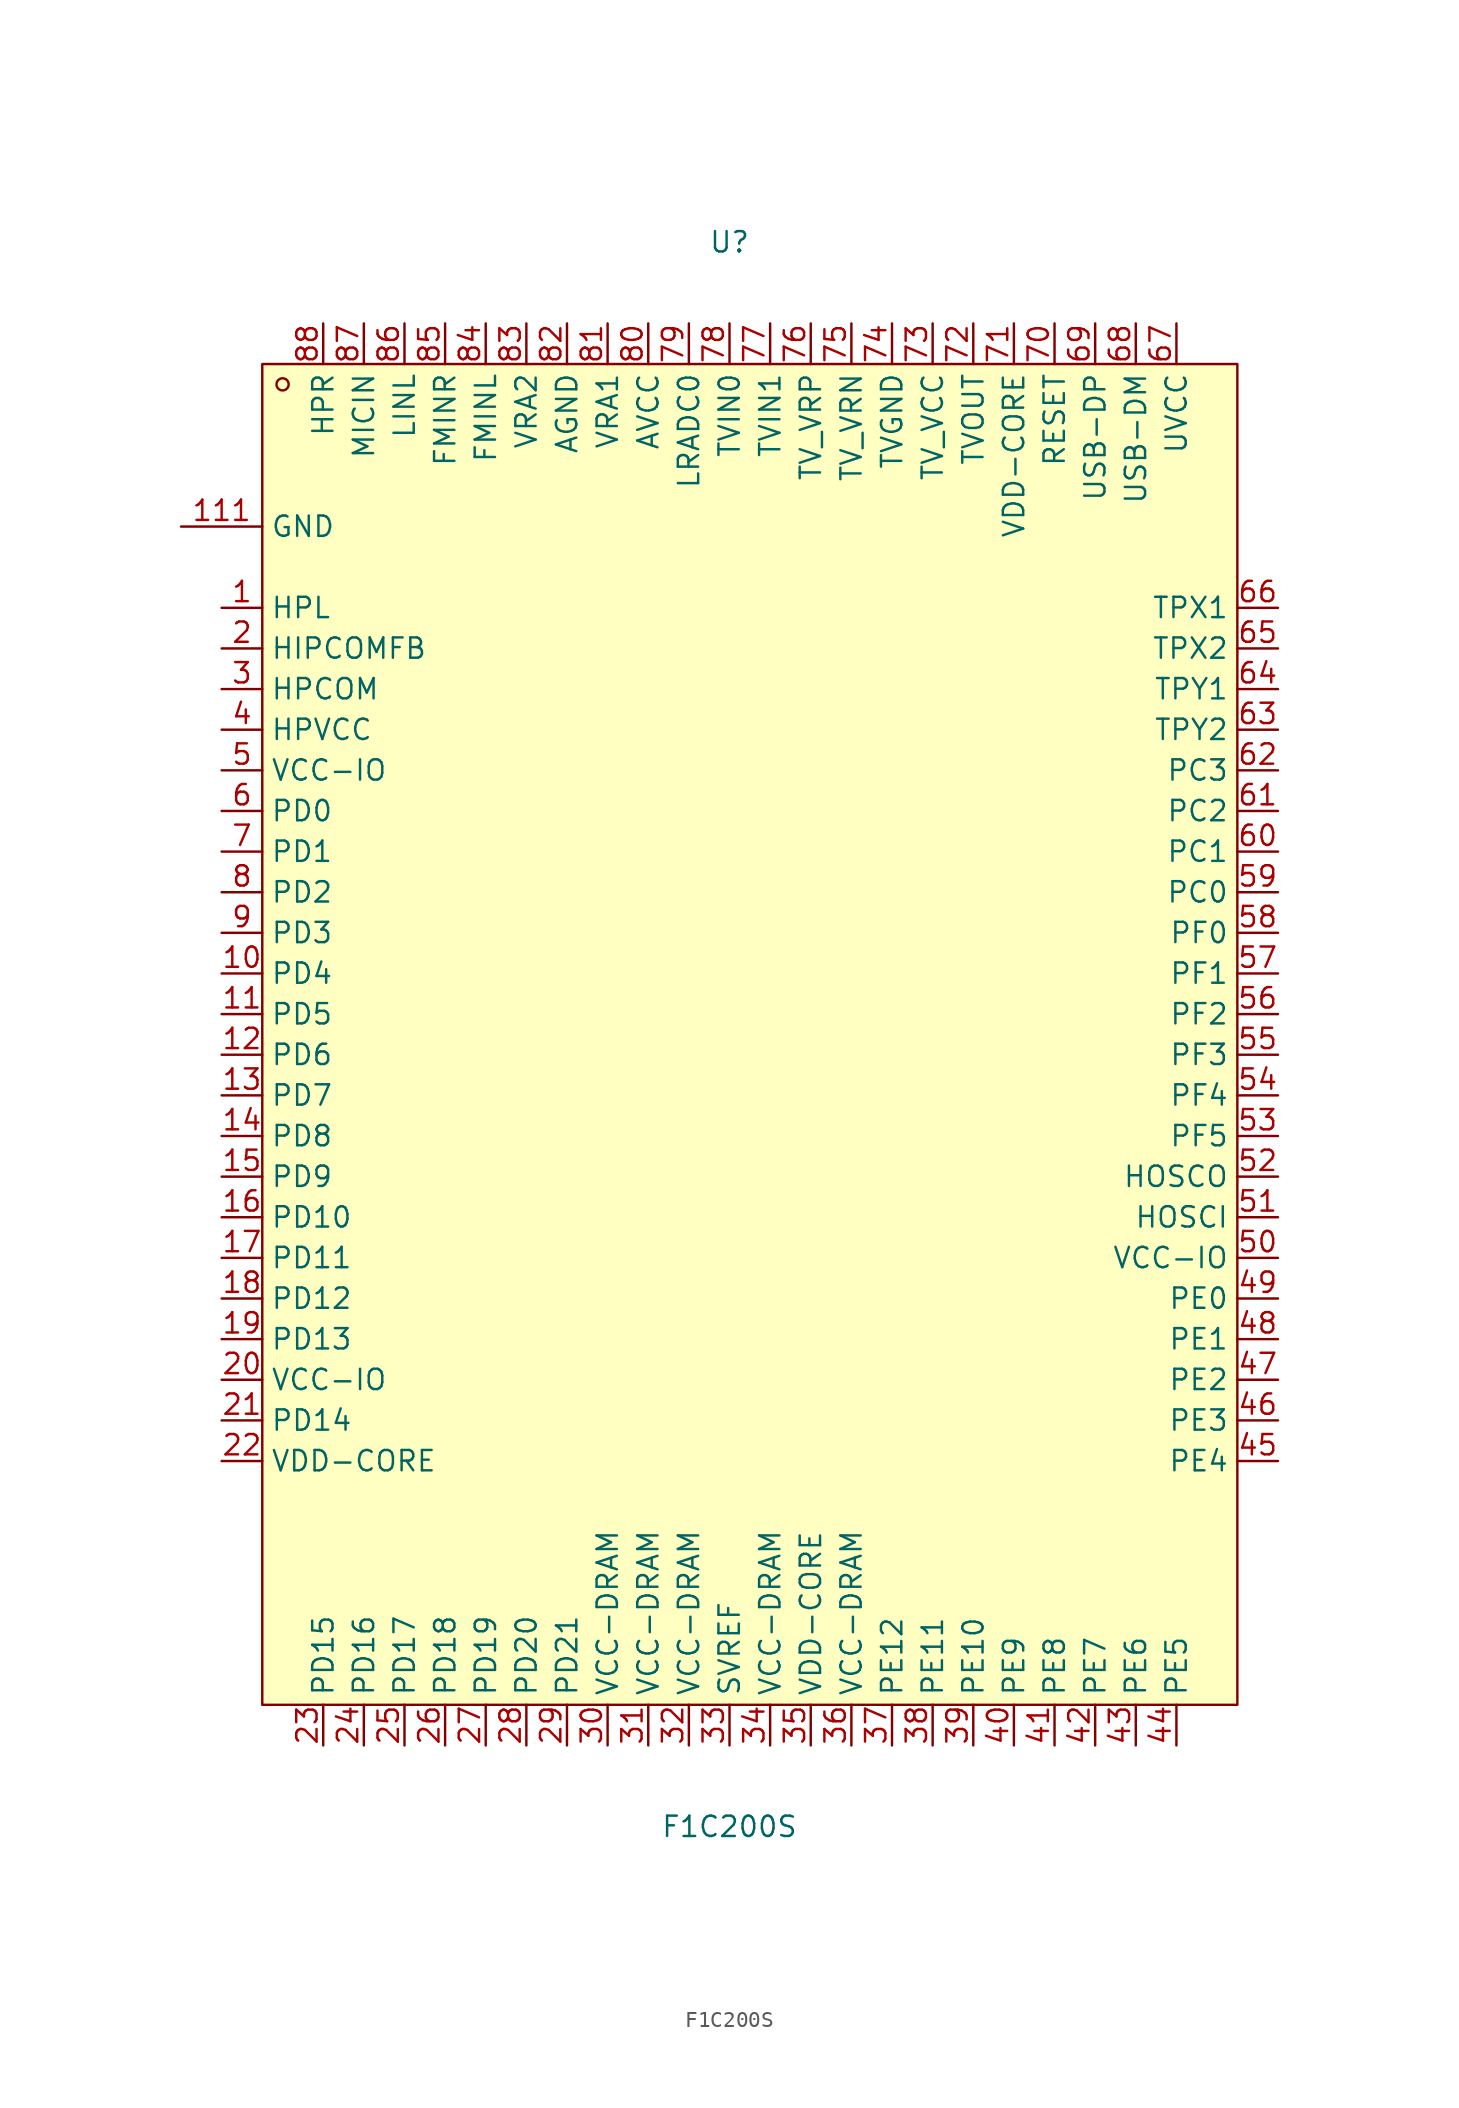
<source format=kicad_sym>
(kicad_symbol_lib
  (version 20211014)
  (generator https://github.com/uPesy/easyeda2kicad.py)
  (symbol "F1C200S"
    (property "Reference" "U"
      (at 0 49.53 0)
      (effects (font (size 1.27 1.27))))
    (property "Value" "F1C200S"
      (at 0 -49.53 0)
      (effects (font (size 1.27 1.27))))
    (symbol "F1C200S_0_1"
      (rectangle (start -29.21 41.91) (end 31.75 -41.91) (stroke (width 0) (type default) (color 0 0 0 0)) (fill (type background)))
      (circle (center -27.94 40.64) (radius 0.38) (stroke (width 0) (type default) (color 0 0 0 0)) (fill (type none)))
      (pin unspecified line (at -31.75 26.67 0) (length 2.54) (name "HPL" (effects (font (size 1.27 1.27)))) (number "1" (effects (font (size 1.27 1.27)))))
      (pin unspecified line (at -31.75 24.13 0) (length 2.54) (name "HIPCOMFB" (effects (font (size 1.27 1.27)))) (number "2" (effects (font (size 1.27 1.27)))))
      (pin unspecified line (at -31.75 21.59 0) (length 2.54) (name "HPCOM" (effects (font (size 1.27 1.27)))) (number "3" (effects (font (size 1.27 1.27)))))
      (pin unspecified line (at -31.75 19.05 0) (length 2.54) (name "HPVCC" (effects (font (size 1.27 1.27)))) (number "4" (effects (font (size 1.27 1.27)))))
      (pin unspecified line (at -31.75 16.51 0) (length 2.54) (name "VCC-IO" (effects (font (size 1.27 1.27)))) (number "5" (effects (font (size 1.27 1.27)))))
      (pin unspecified line (at -31.75 13.97 0) (length 2.54) (name "PD0" (effects (font (size 1.27 1.27)))) (number "6" (effects (font (size 1.27 1.27)))))
      (pin unspecified line (at -31.75 11.43 0) (length 2.54) (name "PD1" (effects (font (size 1.27 1.27)))) (number "7" (effects (font (size 1.27 1.27)))))
      (pin unspecified line (at -31.75 8.89 0) (length 2.54) (name "PD2" (effects (font (size 1.27 1.27)))) (number "8" (effects (font (size 1.27 1.27)))))
      (pin unspecified line (at -31.75 6.35 0) (length 2.54) (name "PD3" (effects (font (size 1.27 1.27)))) (number "9" (effects (font (size 1.27 1.27)))))
      (pin unspecified line (at -31.75 3.81 0) (length 2.54) (name "PD4" (effects (font (size 1.27 1.27)))) (number "10" (effects (font (size 1.27 1.27)))))
      (pin unspecified line (at -31.75 1.27 0) (length 2.54) (name "PD5" (effects (font (size 1.27 1.27)))) (number "11" (effects (font (size 1.27 1.27)))))
      (pin unspecified line (at -31.75 -1.27 0) (length 2.54) (name "PD6" (effects (font (size 1.27 1.27)))) (number "12" (effects (font (size 1.27 1.27)))))
      (pin unspecified line (at -31.75 -3.81 0) (length 2.54) (name "PD7" (effects (font (size 1.27 1.27)))) (number "13" (effects (font (size 1.27 1.27)))))
      (pin unspecified line (at -31.75 -6.35 0) (length 2.54) (name "PD8" (effects (font (size 1.27 1.27)))) (number "14" (effects (font (size 1.27 1.27)))))
      (pin unspecified line (at -31.75 -8.89 0) (length 2.54) (name "PD9" (effects (font (size 1.27 1.27)))) (number "15" (effects (font (size 1.27 1.27)))))
      (pin unspecified line (at -31.75 -11.43 0) (length 2.54) (name "PD10" (effects (font (size 1.27 1.27)))) (number "16" (effects (font (size 1.27 1.27)))))
      (pin unspecified line (at -31.75 -13.97 0) (length 2.54) (name "PD11" (effects (font (size 1.27 1.27)))) (number "17" (effects (font (size 1.27 1.27)))))
      (pin unspecified line (at -31.75 -16.51 0) (length 2.54) (name "PD12" (effects (font (size 1.27 1.27)))) (number "18" (effects (font (size 1.27 1.27)))))
      (pin unspecified line (at -31.75 -19.05 0) (length 2.54) (name "PD13" (effects (font (size 1.27 1.27)))) (number "19" (effects (font (size 1.27 1.27)))))
      (pin unspecified line (at -31.75 -21.59 0) (length 2.54) (name "VCC-IO" (effects (font (size 1.27 1.27)))) (number "20" (effects (font (size 1.27 1.27)))))
      (pin unspecified line (at -31.75 -24.13 0) (length 2.54) (name "PD14" (effects (font (size 1.27 1.27)))) (number "21" (effects (font (size 1.27 1.27)))))
      (pin unspecified line (at -31.75 -26.67 0) (length 2.54) (name "VDD-CORE" (effects (font (size 1.27 1.27)))) (number "22" (effects (font (size 1.27 1.27)))))
      (pin unspecified line (at -25.40 -44.45 90) (length 2.54) (name "PD15" (effects (font (size 1.27 1.27)))) (number "23" (effects (font (size 1.27 1.27)))))
      (pin unspecified line (at -22.86 -44.45 90) (length 2.54) (name "PD16" (effects (font (size 1.27 1.27)))) (number "24" (effects (font (size 1.27 1.27)))))
      (pin unspecified line (at -20.32 -44.45 90) (length 2.54) (name "PD17" (effects (font (size 1.27 1.27)))) (number "25" (effects (font (size 1.27 1.27)))))
      (pin unspecified line (at -17.78 -44.45 90) (length 2.54) (name "PD18" (effects (font (size 1.27 1.27)))) (number "26" (effects (font (size 1.27 1.27)))))
      (pin unspecified line (at -15.24 -44.45 90) (length 2.54) (name "PD19" (effects (font (size 1.27 1.27)))) (number "27" (effects (font (size 1.27 1.27)))))
      (pin unspecified line (at -12.70 -44.45 90) (length 2.54) (name "PD20" (effects (font (size 1.27 1.27)))) (number "28" (effects (font (size 1.27 1.27)))))
      (pin unspecified line (at -10.16 -44.45 90) (length 2.54) (name "PD21" (effects (font (size 1.27 1.27)))) (number "29" (effects (font (size 1.27 1.27)))))
      (pin unspecified line (at -7.62 -44.45 90) (length 2.54) (name "VCC-DRAM" (effects (font (size 1.27 1.27)))) (number "30" (effects (font (size 1.27 1.27)))))
      (pin unspecified line (at -5.08 -44.45 90) (length 2.54) (name "VCC-DRAM" (effects (font (size 1.27 1.27)))) (number "31" (effects (font (size 1.27 1.27)))))
      (pin unspecified line (at -2.54 -44.45 90) (length 2.54) (name "VCC-DRAM" (effects (font (size 1.27 1.27)))) (number "32" (effects (font (size 1.27 1.27)))))
      (pin unspecified line (at 0.00 -44.45 90) (length 2.54) (name "SVREF" (effects (font (size 1.27 1.27)))) (number "33" (effects (font (size 1.27 1.27)))))
      (pin unspecified line (at 2.54 -44.45 90) (length 2.54) (name "VCC-DRAM" (effects (font (size 1.27 1.27)))) (number "34" (effects (font (size 1.27 1.27)))))
      (pin unspecified line (at 5.08 -44.45 90) (length 2.54) (name "VDD-CORE" (effects (font (size 1.27 1.27)))) (number "35" (effects (font (size 1.27 1.27)))))
      (pin unspecified line (at 7.62 -44.45 90) (length 2.54) (name "VCC-DRAM" (effects (font (size 1.27 1.27)))) (number "36" (effects (font (size 1.27 1.27)))))
      (pin unspecified line (at 10.16 -44.45 90) (length 2.54) (name "PE12" (effects (font (size 1.27 1.27)))) (number "37" (effects (font (size 1.27 1.27)))))
      (pin unspecified line (at 12.70 -44.45 90) (length 2.54) (name "PE11" (effects (font (size 1.27 1.27)))) (number "38" (effects (font (size 1.27 1.27)))))
      (pin unspecified line (at 15.24 -44.45 90) (length 2.54) (name "PE10" (effects (font (size 1.27 1.27)))) (number "39" (effects (font (size 1.27 1.27)))))
      (pin unspecified line (at 17.78 -44.45 90) (length 2.54) (name "PE9" (effects (font (size 1.27 1.27)))) (number "40" (effects (font (size 1.27 1.27)))))
      (pin unspecified line (at 20.32 -44.45 90) (length 2.54) (name "PE8" (effects (font (size 1.27 1.27)))) (number "41" (effects (font (size 1.27 1.27)))))
      (pin unspecified line (at 22.86 -44.45 90) (length 2.54) (name "PE7" (effects (font (size 1.27 1.27)))) (number "42" (effects (font (size 1.27 1.27)))))
      (pin unspecified line (at 25.40 -44.45 90) (length 2.54) (name "PE6" (effects (font (size 1.27 1.27)))) (number "43" (effects (font (size 1.27 1.27)))))
      (pin unspecified line (at 27.94 -44.45 90) (length 2.54) (name "PE5" (effects (font (size 1.27 1.27)))) (number "44" (effects (font (size 1.27 1.27)))))
      (pin unspecified line (at 34.29 -26.67 180) (length 2.54) (name "PE4" (effects (font (size 1.27 1.27)))) (number "45" (effects (font (size 1.27 1.27)))))
      (pin unspecified line (at 34.29 -24.13 180) (length 2.54) (name "PE3" (effects (font (size 1.27 1.27)))) (number "46" (effects (font (size 1.27 1.27)))))
      (pin unspecified line (at 34.29 -21.59 180) (length 2.54) (name "PE2" (effects (font (size 1.27 1.27)))) (number "47" (effects (font (size 1.27 1.27)))))
      (pin unspecified line (at 34.29 -19.05 180) (length 2.54) (name "PE1" (effects (font (size 1.27 1.27)))) (number "48" (effects (font (size 1.27 1.27)))))
      (pin unspecified line (at 34.29 -16.51 180) (length 2.54) (name "PE0" (effects (font (size 1.27 1.27)))) (number "49" (effects (font (size 1.27 1.27)))))
      (pin unspecified line (at 34.29 -13.97 180) (length 2.54) (name "VCC-IO" (effects (font (size 1.27 1.27)))) (number "50" (effects (font (size 1.27 1.27)))))
      (pin unspecified line (at 34.29 -11.43 180) (length 2.54) (name "HOSCI" (effects (font (size 1.27 1.27)))) (number "51" (effects (font (size 1.27 1.27)))))
      (pin unspecified line (at 34.29 -8.89 180) (length 2.54) (name "HOSCO" (effects (font (size 1.27 1.27)))) (number "52" (effects (font (size 1.27 1.27)))))
      (pin unspecified line (at 34.29 -6.35 180) (length 2.54) (name "PF5" (effects (font (size 1.27 1.27)))) (number "53" (effects (font (size 1.27 1.27)))))
      (pin unspecified line (at 34.29 -3.81 180) (length 2.54) (name "PF4" (effects (font (size 1.27 1.27)))) (number "54" (effects (font (size 1.27 1.27)))))
      (pin unspecified line (at 34.29 -1.27 180) (length 2.54) (name "PF3" (effects (font (size 1.27 1.27)))) (number "55" (effects (font (size 1.27 1.27)))))
      (pin unspecified line (at 34.29 1.27 180) (length 2.54) (name "PF2" (effects (font (size 1.27 1.27)))) (number "56" (effects (font (size 1.27 1.27)))))
      (pin unspecified line (at 34.29 3.81 180) (length 2.54) (name "PF1" (effects (font (size 1.27 1.27)))) (number "57" (effects (font (size 1.27 1.27)))))
      (pin unspecified line (at 34.29 6.35 180) (length 2.54) (name "PF0" (effects (font (size 1.27 1.27)))) (number "58" (effects (font (size 1.27 1.27)))))
      (pin unspecified line (at 34.29 8.89 180) (length 2.54) (name "PC0" (effects (font (size 1.27 1.27)))) (number "59" (effects (font (size 1.27 1.27)))))
      (pin unspecified line (at 34.29 11.43 180) (length 2.54) (name "PC1" (effects (font (size 1.27 1.27)))) (number "60" (effects (font (size 1.27 1.27)))))
      (pin unspecified line (at 34.29 13.97 180) (length 2.54) (name "PC2" (effects (font (size 1.27 1.27)))) (number "61" (effects (font (size 1.27 1.27)))))
      (pin unspecified line (at 34.29 16.51 180) (length 2.54) (name "PC3" (effects (font (size 1.27 1.27)))) (number "62" (effects (font (size 1.27 1.27)))))
      (pin unspecified line (at 34.29 19.05 180) (length 2.54) (name "TPY2" (effects (font (size 1.27 1.27)))) (number "63" (effects (font (size 1.27 1.27)))))
      (pin unspecified line (at 34.29 21.59 180) (length 2.54) (name "TPY1" (effects (font (size 1.27 1.27)))) (number "64" (effects (font (size 1.27 1.27)))))
      (pin unspecified line (at 34.29 24.13 180) (length 2.54) (name "TPX2" (effects (font (size 1.27 1.27)))) (number "65" (effects (font (size 1.27 1.27)))))
      (pin unspecified line (at 34.29 26.67 180) (length 2.54) (name "TPX1" (effects (font (size 1.27 1.27)))) (number "66" (effects (font (size 1.27 1.27)))))
      (pin unspecified line (at 27.94 44.45 270) (length 2.54) (name "UVCC" (effects (font (size 1.27 1.27)))) (number "67" (effects (font (size 1.27 1.27)))))
      (pin unspecified line (at 25.40 44.45 270) (length 2.54) (name "USB-DM" (effects (font (size 1.27 1.27)))) (number "68" (effects (font (size 1.27 1.27)))))
      (pin unspecified line (at 22.86 44.45 270) (length 2.54) (name "USB-DP" (effects (font (size 1.27 1.27)))) (number "69" (effects (font (size 1.27 1.27)))))
      (pin unspecified line (at 20.32 44.45 270) (length 2.54) (name "RESET" (effects (font (size 1.27 1.27)))) (number "70" (effects (font (size 1.27 1.27)))))
      (pin unspecified line (at 17.78 44.45 270) (length 2.54) (name "VDD-CORE" (effects (font (size 1.27 1.27)))) (number "71" (effects (font (size 1.27 1.27)))))
      (pin unspecified line (at 15.24 44.45 270) (length 2.54) (name "TVOUT" (effects (font (size 1.27 1.27)))) (number "72" (effects (font (size 1.27 1.27)))))
      (pin unspecified line (at 12.70 44.45 270) (length 2.54) (name "TV_VCC" (effects (font (size 1.27 1.27)))) (number "73" (effects (font (size 1.27 1.27)))))
      (pin unspecified line (at 10.16 44.45 270) (length 2.54) (name "TVGND" (effects (font (size 1.27 1.27)))) (number "74" (effects (font (size 1.27 1.27)))))
      (pin unspecified line (at 7.62 44.45 270) (length 2.54) (name "TV_VRN" (effects (font (size 1.27 1.27)))) (number "75" (effects (font (size 1.27 1.27)))))
      (pin unspecified line (at 5.08 44.45 270) (length 2.54) (name "TV_VRP" (effects (font (size 1.27 1.27)))) (number "76" (effects (font (size 1.27 1.27)))))
      (pin unspecified line (at 2.54 44.45 270) (length 2.54) (name "TVIN1" (effects (font (size 1.27 1.27)))) (number "77" (effects (font (size 1.27 1.27)))))
      (pin unspecified line (at 0.00 44.45 270) (length 2.54) (name "TVIN0" (effects (font (size 1.27 1.27)))) (number "78" (effects (font (size 1.27 1.27)))))
      (pin unspecified line (at -2.54 44.45 270) (length 2.54) (name "LRADC0" (effects (font (size 1.27 1.27)))) (number "79" (effects (font (size 1.27 1.27)))))
      (pin unspecified line (at -5.08 44.45 270) (length 2.54) (name "AVCC" (effects (font (size 1.27 1.27)))) (number "80" (effects (font (size 1.27 1.27)))))
      (pin unspecified line (at -7.62 44.45 270) (length 2.54) (name "VRA1" (effects (font (size 1.27 1.27)))) (number "81" (effects (font (size 1.27 1.27)))))
      (pin unspecified line (at -10.16 44.45 270) (length 2.54) (name "AGND" (effects (font (size 1.27 1.27)))) (number "82" (effects (font (size 1.27 1.27)))))
      (pin unspecified line (at -12.70 44.45 270) (length 2.54) (name "VRA2" (effects (font (size 1.27 1.27)))) (number "83" (effects (font (size 1.27 1.27)))))
      (pin unspecified line (at -15.24 44.45 270) (length 2.54) (name "FMINL" (effects (font (size 1.27 1.27)))) (number "84" (effects (font (size 1.27 1.27)))))
      (pin unspecified line (at -17.78 44.45 270) (length 2.54) (name "FMINR" (effects (font (size 1.27 1.27)))) (number "85" (effects (font (size 1.27 1.27)))))
      (pin unspecified line (at -20.32 44.45 270) (length 2.54) (name "LINL" (effects (font (size 1.27 1.27)))) (number "86" (effects (font (size 1.27 1.27)))))
      (pin unspecified line (at -22.86 44.45 270) (length 2.54) (name "MICIN" (effects (font (size 1.27 1.27)))) (number "87" (effects (font (size 1.27 1.27)))))
      (pin unspecified line (at -25.40 44.45 270) (length 2.54) (name "HPR" (effects (font (size 1.27 1.27)))) (number "88" (effects (font (size 1.27 1.27)))))
      (pin unspecified line (at -34.29 31.75 0) (length 5.08) (name "GND" (effects (font (size 1.27 1.27)))) (number "111" (effects (font (size 1.27 1.27))))))))
</source>
